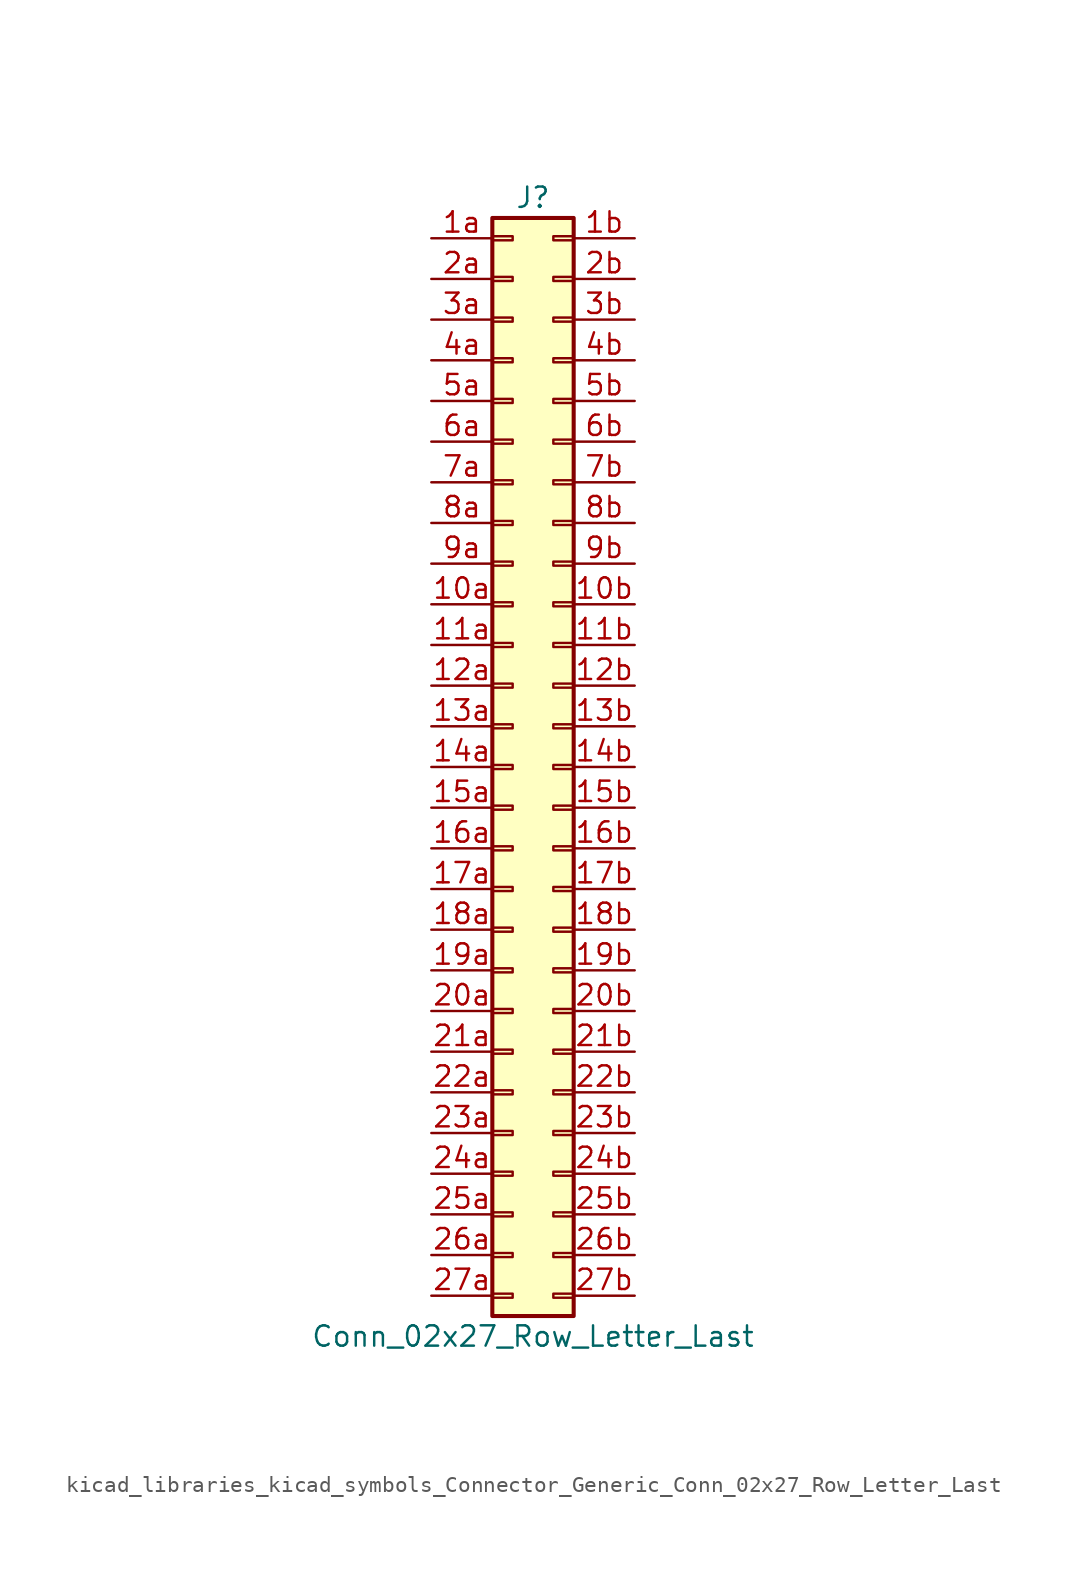
<source format=kicad_sym>
(kicad_symbol_lib
  (version 20220914)
  (generator kicad_symbol_editor)
  (symbol "kicad_libraries_kicad_symbols_Connector_Generic_Conn_02x27_Row_Letter_Last"
    (pin_names
      (offset 1.016) hide)
    (property "Reference" "J"
      (at 1.27 35.56 0)
      (effects (font (size 1.27 1.27))))
    (property "Value" "Conn_02x27_Row_Letter_Last"
      (at 1.27 -35.56 0)
      (effects (font (size 1.27 1.27))))
    (symbol "kicad_libraries_kicad_symbols_Connector_Generic_Conn_02x27_Row_Letter_Last_1_1"
      (rectangle (start -1.27 -32.893) (end 0 -33.147) (stroke (width 0.152) (type default)) (fill (type none)))
      (rectangle (start -1.27 -30.353) (end 0 -30.607) (stroke (width 0.152) (type default)) (fill (type none)))
      (rectangle (start -1.27 -27.813) (end 0 -28.067) (stroke (width 0.152) (type default)) (fill (type none)))
      (rectangle (start -1.27 -25.273) (end 0 -25.527) (stroke (width 0.152) (type default)) (fill (type none)))
      (rectangle (start -1.27 -22.733) (end 0 -22.987) (stroke (width 0.152) (type default)) (fill (type none)))
      (rectangle (start -1.27 -20.193) (end 0 -20.447) (stroke (width 0.152) (type default)) (fill (type none)))
      (rectangle (start -1.27 -17.653) (end 0 -17.907) (stroke (width 0.152) (type default)) (fill (type none)))
      (rectangle (start -1.27 -15.113) (end 0 -15.367) (stroke (width 0.152) (type default)) (fill (type none)))
      (rectangle (start -1.27 -12.573) (end 0 -12.827) (stroke (width 0.152) (type default)) (fill (type none)))
      (rectangle (start -1.27 -10.033) (end 0 -10.287) (stroke (width 0.152) (type default)) (fill (type none)))
      (rectangle (start -1.27 -7.493) (end 0 -7.747) (stroke (width 0.152) (type default)) (fill (type none)))
      (rectangle (start -1.27 -4.953) (end 0 -5.207) (stroke (width 0.152) (type default)) (fill (type none)))
      (rectangle (start -1.27 -2.413) (end 0 -2.667) (stroke (width 0.152) (type default)) (fill (type none)))
      (rectangle (start -1.27 0.127) (end 0 -0.127) (stroke (width 0.152) (type default)) (fill (type none)))
      (rectangle (start -1.27 2.667) (end 0 2.413) (stroke (width 0.152) (type default)) (fill (type none)))
      (rectangle (start -1.27 5.207) (end 0 4.953) (stroke (width 0.152) (type default)) (fill (type none)))
      (rectangle (start -1.27 7.747) (end 0 7.493) (stroke (width 0.152) (type default)) (fill (type none)))
      (rectangle (start -1.27 10.287) (end 0 10.033) (stroke (width 0.152) (type default)) (fill (type none)))
      (rectangle (start -1.27 12.827) (end 0 12.573) (stroke (width 0.152) (type default)) (fill (type none)))
      (rectangle (start -1.27 15.367) (end 0 15.113) (stroke (width 0.152) (type default)) (fill (type none)))
      (rectangle (start -1.27 17.907) (end 0 17.653) (stroke (width 0.152) (type default)) (fill (type none)))
      (rectangle (start -1.27 20.447) (end 0 20.193) (stroke (width 0.152) (type default)) (fill (type none)))
      (rectangle (start -1.27 22.987) (end 0 22.733) (stroke (width 0.152) (type default)) (fill (type none)))
      (rectangle (start -1.27 25.527) (end 0 25.273) (stroke (width 0.152) (type default)) (fill (type none)))
      (rectangle (start -1.27 28.067) (end 0 27.813) (stroke (width 0.152) (type default)) (fill (type none)))
      (rectangle (start -1.27 30.607) (end 0 30.353) (stroke (width 0.152) (type default)) (fill (type none)))
      (rectangle (start -1.27 33.147) (end 0 32.893) (stroke (width 0.152) (type default)) (fill (type none)))
      (rectangle (start -1.27 34.29) (end 3.81 -34.29) (stroke (width 0.254) (type default)) (fill (type background)))
      (rectangle (start 3.81 -32.893) (end 2.54 -33.147) (stroke (width 0.152) (type default)) (fill (type none)))
      (rectangle (start 3.81 -30.353) (end 2.54 -30.607) (stroke (width 0.152) (type default)) (fill (type none)))
      (rectangle (start 3.81 -27.813) (end 2.54 -28.067) (stroke (width 0.152) (type default)) (fill (type none)))
      (rectangle (start 3.81 -25.273) (end 2.54 -25.527) (stroke (width 0.152) (type default)) (fill (type none)))
      (rectangle (start 3.81 -22.733) (end 2.54 -22.987) (stroke (width 0.152) (type default)) (fill (type none)))
      (rectangle (start 3.81 -20.193) (end 2.54 -20.447) (stroke (width 0.152) (type default)) (fill (type none)))
      (rectangle (start 3.81 -17.653) (end 2.54 -17.907) (stroke (width 0.152) (type default)) (fill (type none)))
      (rectangle (start 3.81 -15.113) (end 2.54 -15.367) (stroke (width 0.152) (type default)) (fill (type none)))
      (rectangle (start 3.81 -12.573) (end 2.54 -12.827) (stroke (width 0.152) (type default)) (fill (type none)))
      (rectangle (start 3.81 -10.033) (end 2.54 -10.287) (stroke (width 0.152) (type default)) (fill (type none)))
      (rectangle (start 3.81 -7.493) (end 2.54 -7.747) (stroke (width 0.152) (type default)) (fill (type none)))
      (rectangle (start 3.81 -4.953) (end 2.54 -5.207) (stroke (width 0.152) (type default)) (fill (type none)))
      (rectangle (start 3.81 -2.413) (end 2.54 -2.667) (stroke (width 0.152) (type default)) (fill (type none)))
      (rectangle (start 3.81 0.127) (end 2.54 -0.127) (stroke (width 0.152) (type default)) (fill (type none)))
      (rectangle (start 3.81 2.667) (end 2.54 2.413) (stroke (width 0.152) (type default)) (fill (type none)))
      (rectangle (start 3.81 5.207) (end 2.54 4.953) (stroke (width 0.152) (type default)) (fill (type none)))
      (rectangle (start 3.81 7.747) (end 2.54 7.493) (stroke (width 0.152) (type default)) (fill (type none)))
      (rectangle (start 3.81 10.287) (end 2.54 10.033) (stroke (width 0.152) (type default)) (fill (type none)))
      (rectangle (start 3.81 12.827) (end 2.54 12.573) (stroke (width 0.152) (type default)) (fill (type none)))
      (rectangle (start 3.81 15.367) (end 2.54 15.113) (stroke (width 0.152) (type default)) (fill (type none)))
      (rectangle (start 3.81 17.907) (end 2.54 17.653) (stroke (width 0.152) (type default)) (fill (type none)))
      (rectangle (start 3.81 20.447) (end 2.54 20.193) (stroke (width 0.152) (type default)) (fill (type none)))
      (rectangle (start 3.81 22.987) (end 2.54 22.733) (stroke (width 0.152) (type default)) (fill (type none)))
      (rectangle (start 3.81 25.527) (end 2.54 25.273) (stroke (width 0.152) (type default)) (fill (type none)))
      (rectangle (start 3.81 28.067) (end 2.54 27.813) (stroke (width 0.152) (type default)) (fill (type none)))
      (rectangle (start 3.81 30.607) (end 2.54 30.353) (stroke (width 0.152) (type default)) (fill (type none)))
      (rectangle (start 3.81 33.147) (end 2.54 32.893) (stroke (width 0.152) (type default)) (fill (type none)))
      (pin passive line (at -5.08 10.16 0) (length 3.81) (name "Pin_10a" (effects (font (size 1.27 1.27)))) (number "10a" (effects (font (size 1.27 1.27)))))
      (pin passive line (at 7.62 10.16 180) (length 3.81) (name "Pin_10b" (effects (font (size 1.27 1.27)))) (number "10b" (effects (font (size 1.27 1.27)))))
      (pin passive line (at -5.08 7.62 0) (length 3.81) (name "Pin_11a" (effects (font (size 1.27 1.27)))) (number "11a" (effects (font (size 1.27 1.27)))))
      (pin passive line (at 7.62 7.62 180) (length 3.81) (name "Pin_11b" (effects (font (size 1.27 1.27)))) (number "11b" (effects (font (size 1.27 1.27)))))
      (pin passive line (at -5.08 5.08 0) (length 3.81) (name "Pin_12a" (effects (font (size 1.27 1.27)))) (number "12a" (effects (font (size 1.27 1.27)))))
      (pin passive line (at 7.62 5.08 180) (length 3.81) (name "Pin_12b" (effects (font (size 1.27 1.27)))) (number "12b" (effects (font (size 1.27 1.27)))))
      (pin passive line (at -5.08 2.54 0) (length 3.81) (name "Pin_13a" (effects (font (size 1.27 1.27)))) (number "13a" (effects (font (size 1.27 1.27)))))
      (pin passive line (at 7.62 2.54 180) (length 3.81) (name "Pin_13b" (effects (font (size 1.27 1.27)))) (number "13b" (effects (font (size 1.27 1.27)))))
      (pin passive line (at -5.08 0 0) (length 3.81) (name "Pin_14a" (effects (font (size 1.27 1.27)))) (number "14a" (effects (font (size 1.27 1.27)))))
      (pin passive line (at 7.62 0 180) (length 3.81) (name "Pin_14b" (effects (font (size 1.27 1.27)))) (number "14b" (effects (font (size 1.27 1.27)))))
      (pin passive line (at -5.08 -2.54 0) (length 3.81) (name "Pin_15a" (effects (font (size 1.27 1.27)))) (number "15a" (effects (font (size 1.27 1.27)))))
      (pin passive line (at 7.62 -2.54 180) (length 3.81) (name "Pin_15b" (effects (font (size 1.27 1.27)))) (number "15b" (effects (font (size 1.27 1.27)))))
      (pin passive line (at -5.08 -5.08 0) (length 3.81) (name "Pin_16a" (effects (font (size 1.27 1.27)))) (number "16a" (effects (font (size 1.27 1.27)))))
      (pin passive line (at 7.62 -5.08 180) (length 3.81) (name "Pin_16b" (effects (font (size 1.27 1.27)))) (number "16b" (effects (font (size 1.27 1.27)))))
      (pin passive line (at -5.08 -7.62 0) (length 3.81) (name "Pin_17a" (effects (font (size 1.27 1.27)))) (number "17a" (effects (font (size 1.27 1.27)))))
      (pin passive line (at 7.62 -7.62 180) (length 3.81) (name "Pin_17b" (effects (font (size 1.27 1.27)))) (number "17b" (effects (font (size 1.27 1.27)))))
      (pin passive line (at -5.08 -10.16 0) (length 3.81) (name "Pin_18a" (effects (font (size 1.27 1.27)))) (number "18a" (effects (font (size 1.27 1.27)))))
      (pin passive line (at 7.62 -10.16 180) (length 3.81) (name "Pin_18b" (effects (font (size 1.27 1.27)))) (number "18b" (effects (font (size 1.27 1.27)))))
      (pin passive line (at -5.08 -12.7 0) (length 3.81) (name "Pin_19a" (effects (font (size 1.27 1.27)))) (number "19a" (effects (font (size 1.27 1.27)))))
      (pin passive line (at 7.62 -12.7 180) (length 3.81) (name "Pin_19b" (effects (font (size 1.27 1.27)))) (number "19b" (effects (font (size 1.27 1.27)))))
      (pin passive line (at -5.08 33.02 0) (length 3.81) (name "Pin_1a" (effects (font (size 1.27 1.27)))) (number "1a" (effects (font (size 1.27 1.27)))))
      (pin passive line (at 7.62 33.02 180) (length 3.81) (name "Pin_1b" (effects (font (size 1.27 1.27)))) (number "1b" (effects (font (size 1.27 1.27)))))
      (pin passive line (at -5.08 -15.24 0) (length 3.81) (name "Pin_20a" (effects (font (size 1.27 1.27)))) (number "20a" (effects (font (size 1.27 1.27)))))
      (pin passive line (at 7.62 -15.24 180) (length 3.81) (name "Pin_20b" (effects (font (size 1.27 1.27)))) (number "20b" (effects (font (size 1.27 1.27)))))
      (pin passive line (at -5.08 -17.78 0) (length 3.81) (name "Pin_21a" (effects (font (size 1.27 1.27)))) (number "21a" (effects (font (size 1.27 1.27)))))
      (pin passive line (at 7.62 -17.78 180) (length 3.81) (name "Pin_21b" (effects (font (size 1.27 1.27)))) (number "21b" (effects (font (size 1.27 1.27)))))
      (pin passive line (at -5.08 -20.32 0) (length 3.81) (name "Pin_22a" (effects (font (size 1.27 1.27)))) (number "22a" (effects (font (size 1.27 1.27)))))
      (pin passive line (at 7.62 -20.32 180) (length 3.81) (name "Pin_22b" (effects (font (size 1.27 1.27)))) (number "22b" (effects (font (size 1.27 1.27)))))
      (pin passive line (at -5.08 -22.86 0) (length 3.81) (name "Pin_23a" (effects (font (size 1.27 1.27)))) (number "23a" (effects (font (size 1.27 1.27)))))
      (pin passive line (at 7.62 -22.86 180) (length 3.81) (name "Pin_23b" (effects (font (size 1.27 1.27)))) (number "23b" (effects (font (size 1.27 1.27)))))
      (pin passive line (at -5.08 -25.4 0) (length 3.81) (name "Pin_24a" (effects (font (size 1.27 1.27)))) (number "24a" (effects (font (size 1.27 1.27)))))
      (pin passive line (at 7.62 -25.4 180) (length 3.81) (name "Pin_24b" (effects (font (size 1.27 1.27)))) (number "24b" (effects (font (size 1.27 1.27)))))
      (pin passive line (at -5.08 -27.94 0) (length 3.81) (name "Pin_25a" (effects (font (size 1.27 1.27)))) (number "25a" (effects (font (size 1.27 1.27)))))
      (pin passive line (at 7.62 -27.94 180) (length 3.81) (name "Pin_25b" (effects (font (size 1.27 1.27)))) (number "25b" (effects (font (size 1.27 1.27)))))
      (pin passive line (at -5.08 -30.48 0) (length 3.81) (name "Pin_26a" (effects (font (size 1.27 1.27)))) (number "26a" (effects (font (size 1.27 1.27)))))
      (pin passive line (at 7.62 -30.48 180) (length 3.81) (name "Pin_26b" (effects (font (size 1.27 1.27)))) (number "26b" (effects (font (size 1.27 1.27)))))
      (pin passive line (at -5.08 -33.02 0) (length 3.81) (name "Pin_27a" (effects (font (size 1.27 1.27)))) (number "27a" (effects (font (size 1.27 1.27)))))
      (pin passive line (at 7.62 -33.02 180) (length 3.81) (name "Pin_27b" (effects (font (size 1.27 1.27)))) (number "27b" (effects (font (size 1.27 1.27)))))
      (pin passive line (at -5.08 30.48 0) (length 3.81) (name "Pin_2a" (effects (font (size 1.27 1.27)))) (number "2a" (effects (font (size 1.27 1.27)))))
      (pin passive line (at 7.62 30.48 180) (length 3.81) (name "Pin_2b" (effects (font (size 1.27 1.27)))) (number "2b" (effects (font (size 1.27 1.27)))))
      (pin passive line (at -5.08 27.94 0) (length 3.81) (name "Pin_3a" (effects (font (size 1.27 1.27)))) (number "3a" (effects (font (size 1.27 1.27)))))
      (pin passive line (at 7.62 27.94 180) (length 3.81) (name "Pin_3b" (effects (font (size 1.27 1.27)))) (number "3b" (effects (font (size 1.27 1.27)))))
      (pin passive line (at -5.08 25.4 0) (length 3.81) (name "Pin_4a" (effects (font (size 1.27 1.27)))) (number "4a" (effects (font (size 1.27 1.27)))))
      (pin passive line (at 7.62 25.4 180) (length 3.81) (name "Pin_4b" (effects (font (size 1.27 1.27)))) (number "4b" (effects (font (size 1.27 1.27)))))
      (pin passive line (at -5.08 22.86 0) (length 3.81) (name "Pin_5a" (effects (font (size 1.27 1.27)))) (number "5a" (effects (font (size 1.27 1.27)))))
      (pin passive line (at 7.62 22.86 180) (length 3.81) (name "Pin_5b" (effects (font (size 1.27 1.27)))) (number "5b" (effects (font (size 1.27 1.27)))))
      (pin passive line (at -5.08 20.32 0) (length 3.81) (name "Pin_6a" (effects (font (size 1.27 1.27)))) (number "6a" (effects (font (size 1.27 1.27)))))
      (pin passive line (at 7.62 20.32 180) (length 3.81) (name "Pin_6b" (effects (font (size 1.27 1.27)))) (number "6b" (effects (font (size 1.27 1.27)))))
      (pin passive line (at -5.08 17.78 0) (length 3.81) (name "Pin_7a" (effects (font (size 1.27 1.27)))) (number "7a" (effects (font (size 1.27 1.27)))))
      (pin passive line (at 7.62 17.78 180) (length 3.81) (name "Pin_7b" (effects (font (size 1.27 1.27)))) (number "7b" (effects (font (size 1.27 1.27)))))
      (pin passive line (at -5.08 15.24 0) (length 3.81) (name "Pin_8a" (effects (font (size 1.27 1.27)))) (number "8a" (effects (font (size 1.27 1.27)))))
      (pin passive line (at 7.62 15.24 180) (length 3.81) (name "Pin_8b" (effects (font (size 1.27 1.27)))) (number "8b" (effects (font (size 1.27 1.27)))))
      (pin passive line (at -5.08 12.7 0) (length 3.81) (name "Pin_9a" (effects (font (size 1.27 1.27)))) (number "9a" (effects (font (size 1.27 1.27)))))
      (pin passive line (at 7.62 12.7 180) (length 3.81) (name "Pin_9b" (effects (font (size 1.27 1.27)))) (number "9b" (effects (font (size 1.27 1.27))))))))
</source>
